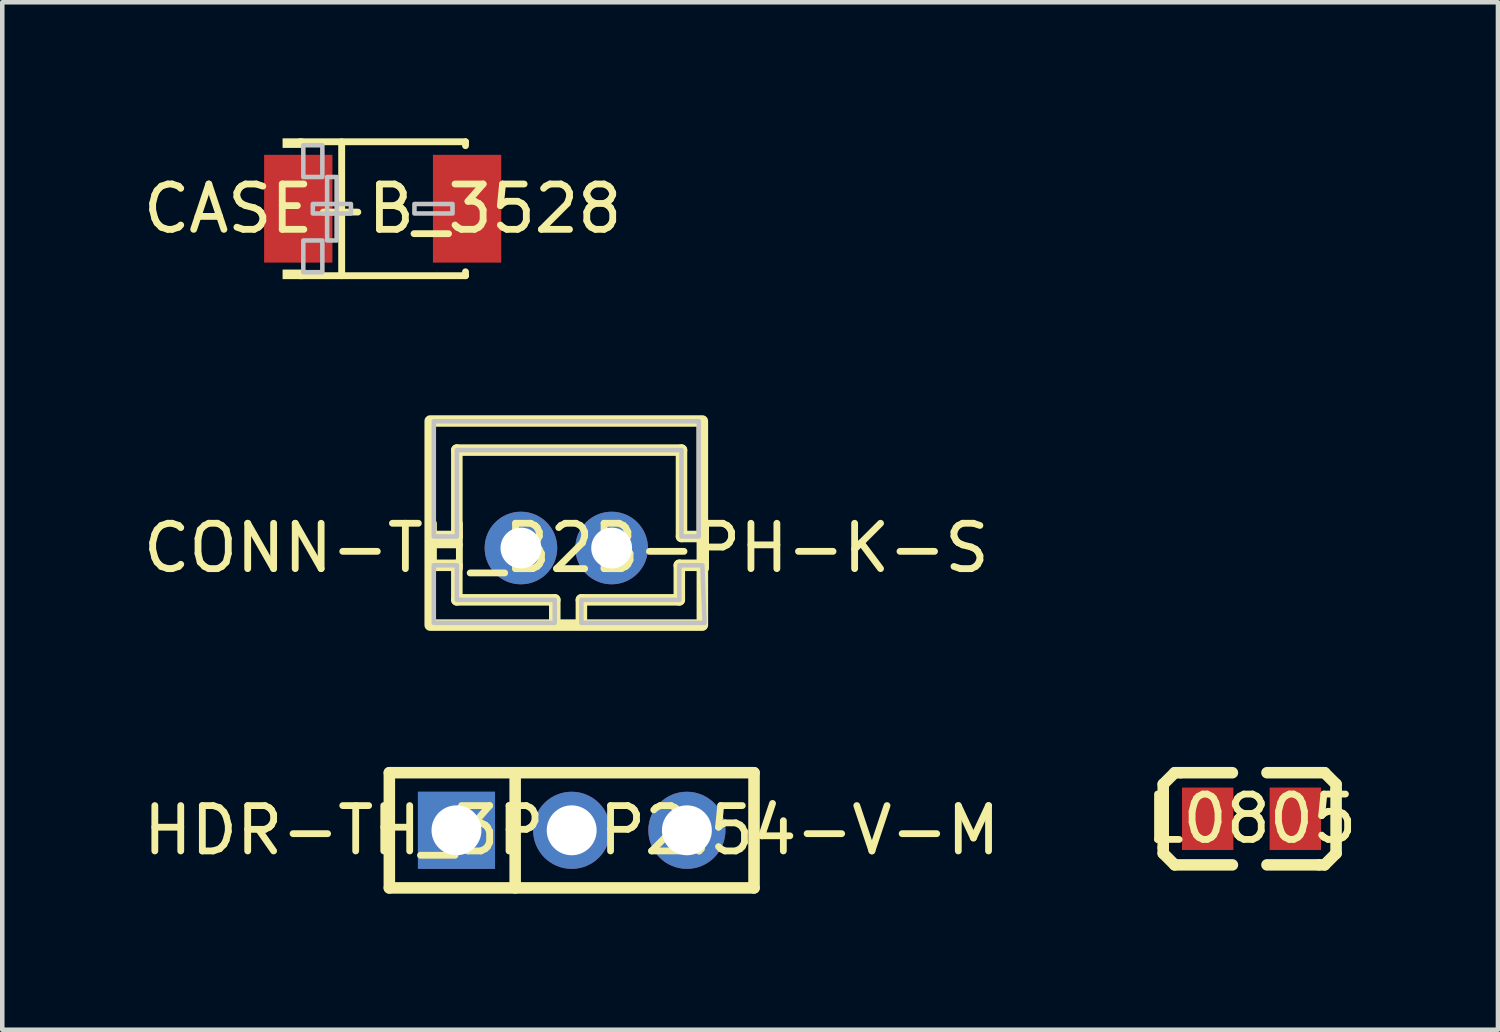
<source format=kicad_pcb>
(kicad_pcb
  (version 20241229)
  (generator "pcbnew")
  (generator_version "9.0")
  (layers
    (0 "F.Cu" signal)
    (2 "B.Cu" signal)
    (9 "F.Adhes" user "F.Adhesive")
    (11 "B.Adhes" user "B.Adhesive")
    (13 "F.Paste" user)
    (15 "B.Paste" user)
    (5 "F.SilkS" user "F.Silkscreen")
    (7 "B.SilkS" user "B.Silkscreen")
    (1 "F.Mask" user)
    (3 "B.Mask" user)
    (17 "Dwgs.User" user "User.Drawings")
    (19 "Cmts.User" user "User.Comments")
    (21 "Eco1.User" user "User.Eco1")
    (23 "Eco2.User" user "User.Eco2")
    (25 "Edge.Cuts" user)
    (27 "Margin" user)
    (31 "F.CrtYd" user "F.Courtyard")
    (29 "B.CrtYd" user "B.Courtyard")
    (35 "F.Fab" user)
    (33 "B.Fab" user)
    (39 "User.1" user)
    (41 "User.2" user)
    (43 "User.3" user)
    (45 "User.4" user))
  (footprint "L0805"
    (layer "F.Cu")
    (at 24.542 15.002)
    (property "Reference" "L0805" (at 0 0 0) (layer "F.SilkS") (effects (font (size 1 1) (thickness 0.15))))
    (fp_line (start -1.946 -0.762) (end -1.946 0.635) (stroke (width 0.254) (type default)) (layer "F.SilkS"))
    (fp_line (start -1.946 0.635) (end -1.946 0.762) (stroke (width 0.254) (type default)) (layer "F.SilkS"))
    (fp_line (start -1.946 0.762) (end -1.692 1.016) (stroke (width 0.254) (type default)) (layer "F.SilkS"))
    (fp_line (start -1.692 -1.016) (end -1.946 -0.762) (stroke (width 0.254) (type default)) (layer "F.SilkS"))
    (fp_line (start -1.692 1.016) (end -0.421 1.016) (stroke (width 0.254) (type default)) (layer "F.SilkS"))
    (fp_line (start -1.565 -1.016) (end -1.692 -1.016) (stroke (width 0.254) (type default)) (layer "F.SilkS"))
    (fp_line (start -0.421 -1.016) (end -1.565 -1.016) (stroke (width 0.254) (type default)) (layer "F.SilkS"))
    (fp_line (start 0.341 1.016) (end 1.484 1.016) (stroke (width 0.254) (type default)) (layer "F.SilkS"))
    (fp_line (start 1.484 1.016) (end 1.611 1.016) (stroke (width 0.254) (type default)) (layer "F.SilkS"))
    (fp_line (start 1.611 -1.016) (end 0.341 -1.016) (stroke (width 0.254) (type default)) (layer "F.SilkS"))
    (fp_line (start 1.611 1.016) (end 1.865 0.762) (stroke (width 0.254) (type default)) (layer "F.SilkS"))
    (fp_line (start 1.865 -0.762) (end 1.611 -1.016) (stroke (width 0.254) (type default)) (layer "F.SilkS"))
    (fp_line (start 1.865 -0.635) (end 1.865 -0.762) (stroke (width 0.254) (type default)) (layer "F.SilkS"))
    (fp_line (start 1.865 0.762) (end 1.865 -0.635) (stroke (width 0.254) (type default)) (layer "F.SilkS"))
    (fp_poly (pts (xy -0.36 0.22) (xy -0.36 -0.221) (xy -0.745 -0.689) (xy -1.433 -0.689) (xy -1.532 -0.589) (xy -1.532 0.589) (xy -1.433 0.689) (xy -0.745 0.689)) (stroke (width 0) (type default)) (fill yes) (layer "F.Paste"))
    (fp_poly (pts (xy 0.36 0.22) (xy 0.36 -0.221) (xy 0.745 -0.689) (xy 1.433 -0.689) (xy 1.532 -0.589) (xy 1.532 0.589) (xy 1.433 0.689) (xy 0.745 0.689)) (stroke (width 0) (type default)) (fill yes) (layer "F.Paste"))
    (fp_poly (pts (xy -1 0.637) (xy -1 -0.637) (xy -0.6 -0.637) (xy -0.6 0.637)) (stroke (width 0.1) (type default)) (fill no) (layer "User.1"))
    (fp_poly (pts (xy 1 0.637) (xy 1 -0.637) (xy 0.6 -0.637) (xy 0.6 0.637)) (stroke (width 0.1) (type default)) (fill no) (layer "User.1"))
    (fp_line (start -1 -0.637) (end 1 -0.637) (stroke (width 0.051) (type default)) (layer "User.2"))
    (fp_line (start -1 0.637) (end -1 -0.637) (stroke (width 0.051) (type default)) (layer "User.2"))
    (fp_line (start 1 -0.637) (end 1 0.637) (stroke (width 0.051) (type default)) (layer "User.2"))
    (fp_line (start 1 0.637) (end -1 0.637) (stroke (width 0.051) (type default)) (layer "User.2"))
    (fp_poly (pts (xy -0.94 0.637) (xy -0.958 0.595) (xy -1 0.578) (xy -1.042 0.595) (xy -1.06 0.637) (xy -1.042 0.68) (xy -1 0.698) (xy -0.958 0.68)) (stroke (width 0.1) (type default)) (fill no) (layer "User.3"))
    (pad "1" smd rect (at -0.966 0) (size 1.133 1.377) (layers "F.Cu" "F.Mask" "F.Paste"))
    (pad "2" smd rect (at 0.966 0) (size 1.133 1.377) (layers "F.Cu" "F.Mask" "F.Paste")))
  (footprint "CONN-TH_B2B-PH-K-S"
    (layer "F.Cu")
    (at 9.435 9.032)
    (property "Reference" "CONN-TH_B2B-PH-K-S" (at 0 0 0) (layer "F.SilkS") (effects (font (size 1 1) (thickness 0.15))))
    (fp_line (start -2.921 -0.254) (end -2.413 -0.254) (stroke (width 0.254) (type default)) (layer "F.SilkS"))
    (fp_line (start -2.921 0.381) (end -2.413 0.381) (stroke (width 0.254) (type default)) (layer "F.SilkS"))
    (fp_line (start -2.413 -2.159) (end 2.54 -2.159) (stroke (width 0.254) (type default)) (layer "F.SilkS"))
    (fp_line (start -2.413 -0.254) (end -2.413 -2.159) (stroke (width 0.254) (type default)) (layer "F.SilkS"))
    (fp_line (start -2.413 0.381) (end -2.413 1.143) (stroke (width 0.254) (type default)) (layer "F.SilkS"))
    (fp_line (start -2.413 1.143) (end -0.254 1.143) (stroke (width 0.254) (type default)) (layer "F.SilkS"))
    (fp_line (start -0.254 1.143) (end -0.254 1.651) (stroke (width 0.254) (type default)) (layer "F.SilkS"))
    (fp_line (start 0.333 1.143) (end 0.333 1.651) (stroke (width 0.254) (type default)) (layer "F.SilkS"))
    (fp_line (start 2.492 0.381) (end 2.492 1.143) (stroke (width 0.254) (type default)) (layer "F.SilkS"))
    (fp_line (start 2.492 1.143) (end 0.333 1.143) (stroke (width 0.254) (type default)) (layer "F.SilkS"))
    (fp_line (start 2.54 -2.159) (end 2.54 -0.254) (stroke (width 0.254) (type default)) (layer "F.SilkS"))
    (fp_line (start 2.54 -0.254) (end 2.921 -0.254) (stroke (width 0.254) (type default)) (layer "F.SilkS"))
    (fp_line (start 3 0.381) (end 2.492 0.381) (stroke (width 0.254) (type default)) (layer "F.SilkS"))
    (fp_rect (start -3 -2.8) (end 3 1.7) (stroke (width 0.254) (type default)) (fill no) (layer "F.SilkS"))
    (fp_poly (pts (xy -0.254 1.143) (xy -0.254 1.651) (xy -2.921 1.651) (xy -2.921 0.381) (xy -2.413 0.381) (xy -2.413 1.143)) (stroke (width 0.1) (type default)) (fill no) (layer "Dwgs.User"))
    (fp_poly (pts (xy 3 0.381) (xy 2.492 0.381) (xy 2.492 1.143) (xy 0.333 1.143) (xy 0.333 1.651) (xy 3.048 1.651)) (stroke (width 0.1) (type default)) (fill no) (layer "Dwgs.User"))
    (fp_poly (pts (xy 2.921 -0.254) (xy 2.54 -0.254) (xy 2.54 -2.159) (xy -2.413 -2.159) (xy -2.413 -0.254) (xy -2.921 -0.254) (xy -2.921 -2.794) (xy 2.921 -2.794)) (stroke (width 0.1) (type default)) (fill no) (layer "Dwgs.User"))
    (fp_poly (pts (xy -0.75 0.25) (xy -1.25 0.25) (xy -1.25 -0.25) (xy -0.75 -0.25)) (stroke (width 0.1) (type default)) (fill no) (layer "User.1"))
    (fp_poly (pts (xy 1.25 0.25) (xy 0.75 0.25) (xy 0.75 -0.25) (xy 1.25 -0.25)) (stroke (width 0.1) (type default)) (fill no) (layer "User.1"))
    (fp_line (start -2.95 -2.8) (end 2.95 -2.8) (stroke (width 0.051) (type default)) (layer "User.2"))
    (fp_line (start -2.95 1.7) (end -2.95 -2.8) (stroke (width 0.051) (type default)) (layer "User.2"))
    (fp_line (start 2.95 -2.8) (end 2.95 1.7) (stroke (width 0.051) (type default)) (layer "User.2"))
    (fp_line (start 2.95 1.7) (end -2.95 1.7) (stroke (width 0.051) (type default)) (layer "User.2"))
    (fp_poly (pts (xy 3.01 -2.8) (xy 2.992 -2.842) (xy 2.95 -2.86) (xy 2.908 -2.842) (xy 2.89 -2.8) (xy 2.908 -2.758) (xy 2.95 -2.74) (xy 2.992 -2.758)) (stroke (width 0.1) (type default)) (fill no) (layer "User.3"))
    (pad "1" thru_hole circle (at 1 0 180) (size 1.6 1.6) (drill 0.9) (layers "*.Cu" "*.Mask"))
    (pad "2" thru_hole circle (at -1 0 180) (size 1.6 1.6) (drill 0.9) (layers "*.Cu" "*.Mask")))
  (footprint "HDR-TH_3P-P2.54-V-M"
    (layer "F.Cu")
    (at 9.554 15.256)
    (property "Reference" "HDR-TH_3P-P2.54-V-M" (at 0 0 0) (layer "F.SilkS") (effects (font (size 1 1) (thickness 0.15))))
    (fp_line (start -4.02 -1.27) (end -4.02 1.27) (stroke (width 0.254) (type default)) (layer "F.SilkS"))
    (fp_line (start -4.02 -1.27) (end 4.02 -1.27) (stroke (width 0.254) (type default)) (layer "F.SilkS"))
    (fp_line (start -4.02 1.27) (end 4.02 1.27) (stroke (width 0.254) (type default)) (layer "F.SilkS"))
    (fp_line (start -1.246 -1.27) (end -1.246 1.27) (stroke (width 0.254) (type default)) (layer "F.SilkS"))
    (fp_line (start 4.02 -1.27) (end 4.02 1.27) (stroke (width 0.254) (type default)) (layer "F.SilkS"))
    (fp_poly (pts (xy -2.86 -0.32) (xy -2.22 -0.32) (xy -2.22 0.32) (xy -2.86 0.32)) (stroke (width 0.1) (type default)) (fill no) (layer "User.1"))
    (fp_poly (pts (xy -0.32 -0.32) (xy 0.32 -0.32) (xy 0.32 0.32) (xy -0.32 0.32)) (stroke (width 0.1) (type default)) (fill no) (layer "User.1"))
    (fp_poly (pts (xy 2.22 -0.32) (xy 2.86 -0.32) (xy 2.86 0.32) (xy 2.22 0.32)) (stroke (width 0.1) (type default)) (fill no) (layer "User.1"))
    (fp_line (start -3.81 -1.25) (end 3.81 -1.25) (stroke (width 0.051) (type default)) (layer "User.2"))
    (fp_line (start -3.81 1.25) (end -3.81 -1.25) (stroke (width 0.051) (type default)) (layer "User.2"))
    (fp_line (start 3.81 -1.25) (end 3.81 1.25) (stroke (width 0.051) (type default)) (layer "User.2"))
    (fp_line (start 3.81 1.25) (end -3.81 1.25) (stroke (width 0.051) (type default)) (layer "User.2"))
    (fp_poly (pts (xy -3.75 1.25) (xy -3.768 1.208) (xy -3.81 1.19) (xy -3.852 1.208) (xy -3.87 1.25) (xy -3.852 1.292) (xy -3.81 1.31) (xy -3.768 1.292)) (stroke (width 0.1) (type default)) (fill no) (layer "User.3"))
    (pad "1" thru_hole rect (at -2.54 0) (size 1.7 1.7) (drill 1.1) (layers "*.Cu" "*.Mask"))
    (pad "2" thru_hole circle (at 0 0) (size 1.7 1.7) (drill 1.1) (layers "*.Cu" "*.Mask"))
    (pad "3" thru_hole circle (at 2.54 0) (size 1.7 1.7) (drill 1.1) (layers "*.Cu" "*.Mask")))
  (footprint "CASE-B_3528"
    (layer "F.Cu")
    (at 5.387 1.552)
    (property "Reference" "CASE-B_3528" (at 0 0 0) (layer "F.SilkS") (effects (font (size 1 1) (thickness 0.15))))
    (fp_line (start -0.904 1.476) (end -0.904 -1.476) (stroke (width 0.152) (type default)) (layer "F.SilkS"))
    (fp_line (start 1.826 -1.476) (end -1.826 -1.476) (stroke (width 0.152) (type default)) (layer "F.SilkS"))
    (fp_line (start 1.826 -1.476) (end 1.826 -1.391) (stroke (width 0.152) (type default)) (layer "F.SilkS"))
    (fp_line (start 1.826 1.476) (end -1.826 1.476) (stroke (width 0.152) (type default)) (layer "F.SilkS"))
    (fp_line (start 1.826 1.476) (end 1.826 1.391) (stroke (width 0.152) (type default)) (layer "F.SilkS"))
    (fp_poly (pts (xy -1.75 -1.552) (xy -1.75 -1.341) (xy -2.207 -1.341) (xy -2.207 -1.552)) (stroke (width 0) (type default)) (fill yes) (layer "F.SilkS"))
    (fp_poly (pts (xy -1.75 1.552) (xy -1.75 1.341) (xy -2.207 1.341) (xy -2.207 1.552)) (stroke (width 0) (type default)) (fill yes) (layer "F.SilkS"))
    (fp_poly (pts (xy -1.75 -1.4) (xy -1.75 -0.7) (xy -1.33 -0.7) (xy -1.33 -1.4)) (stroke (width 0.1) (type default)) (fill no) (layer "Dwgs.User"))
    (fp_poly (pts (xy -1.75 1.4) (xy -1.75 0.7) (xy -1.33 0.7) (xy -1.33 1.4)) (stroke (width 0.1) (type default)) (fill no) (layer "Dwgs.User"))
    (fp_poly (pts (xy -1.54 -0.105) (xy -1.54 0.105) (xy -0.7 0.105) (xy -0.7 -0.105)) (stroke (width 0.1) (type default)) (fill no) (layer "Dwgs.User"))
    (fp_poly (pts (xy -1.225 -0.7) (xy -1.225 0.7) (xy -1.015 0.7) (xy -1.015 -0.7)) (stroke (width 0.1) (type default)) (fill no) (layer "Dwgs.User"))
    (fp_poly (pts (xy 1.54 -0.105) (xy 1.54 0.105) (xy 0.7 0.105) (xy 0.7 -0.105)) (stroke (width 0.1) (type default)) (fill no) (layer "Dwgs.User"))
    (fp_poly (pts (xy -1.98 -1.1) (xy -1.98 1.1) (xy -1.28 1.1) (xy -1.28 -1.1)) (stroke (width 0.1) (type default)) (fill no) (layer "User.1"))
    (fp_poly (pts (xy 1.98 -1.1) (xy 1.98 1.1) (xy 1.28 1.1) (xy 1.28 -1.1)) (stroke (width 0.1) (type default)) (fill no) (layer "User.1"))
    (fp_line (start -1.75 -1.4) (end 1.75 -1.4) (stroke (width 0.051) (type default)) (layer "User.2"))
    (fp_line (start -1.75 1.4) (end -1.75 -1.4) (stroke (width 0.051) (type default)) (layer "User.2"))
    (fp_line (start 1.75 -1.4) (end 1.75 1.4) (stroke (width 0.051) (type default)) (layer "User.2"))
    (fp_line (start 1.75 1.4) (end -1.75 1.4) (stroke (width 0.051) (type default)) (layer "User.2"))
    (fp_poly (pts (xy -1.92 1.4) (xy -1.938 1.358) (xy -1.98 1.34) (xy -2.022 1.358) (xy -2.04 1.4) (xy -2.022 1.442) (xy -1.98 1.46) (xy -1.938 1.442)) (stroke (width 0.1) (type default)) (fill no) (layer "User.3"))
    (pad "1" smd rect (at -1.861 0 180) (size 1.506 2.376) (layers "F.Cu" "F.Mask" "F.Paste"))
    (pad "2" smd rect (at 1.861 0 180) (size 1.506 2.376) (layers "F.Cu" "F.Mask" "F.Paste")))
  (gr_rect
    (start -3 -3)
    (end 29.976 19.653)
    (stroke (width 0.1) (type default))
    (fill no)
    (layer "Edge.Cuts")))
</source>
